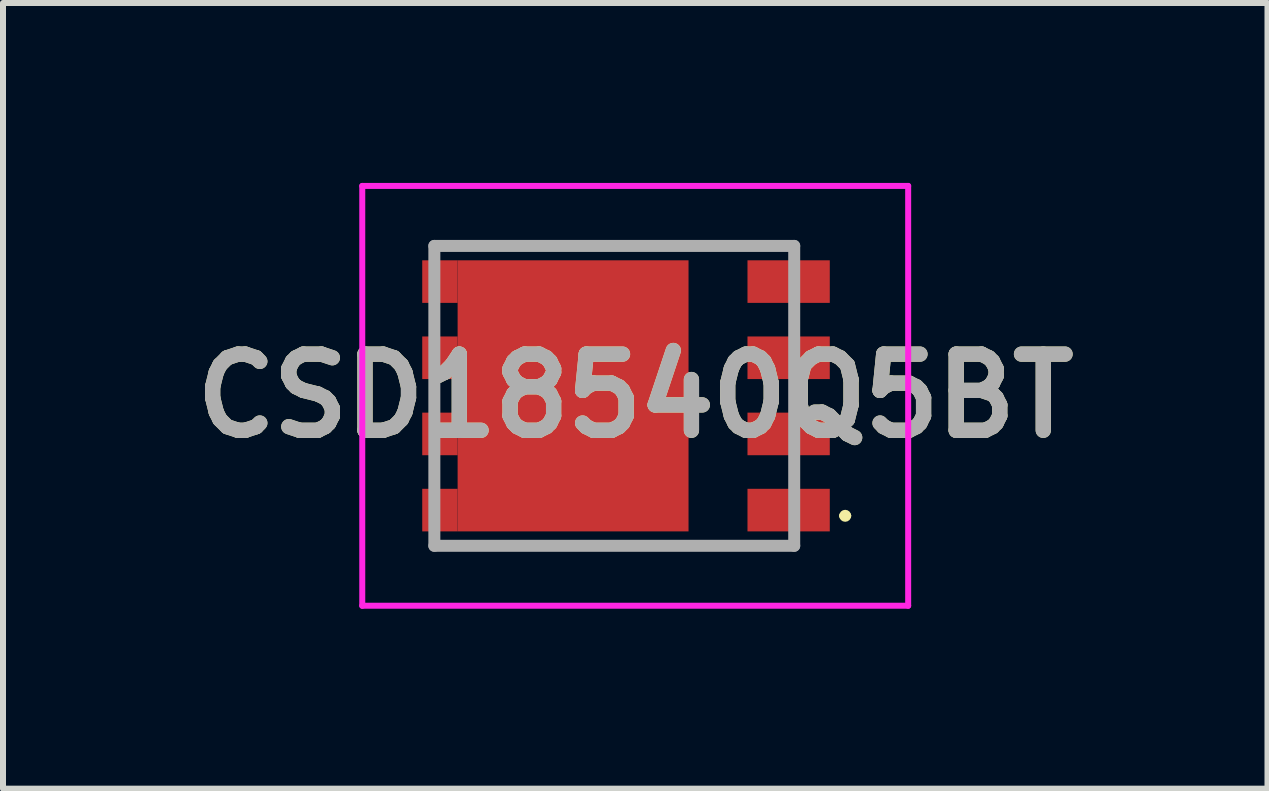
<source format=kicad_pcb>
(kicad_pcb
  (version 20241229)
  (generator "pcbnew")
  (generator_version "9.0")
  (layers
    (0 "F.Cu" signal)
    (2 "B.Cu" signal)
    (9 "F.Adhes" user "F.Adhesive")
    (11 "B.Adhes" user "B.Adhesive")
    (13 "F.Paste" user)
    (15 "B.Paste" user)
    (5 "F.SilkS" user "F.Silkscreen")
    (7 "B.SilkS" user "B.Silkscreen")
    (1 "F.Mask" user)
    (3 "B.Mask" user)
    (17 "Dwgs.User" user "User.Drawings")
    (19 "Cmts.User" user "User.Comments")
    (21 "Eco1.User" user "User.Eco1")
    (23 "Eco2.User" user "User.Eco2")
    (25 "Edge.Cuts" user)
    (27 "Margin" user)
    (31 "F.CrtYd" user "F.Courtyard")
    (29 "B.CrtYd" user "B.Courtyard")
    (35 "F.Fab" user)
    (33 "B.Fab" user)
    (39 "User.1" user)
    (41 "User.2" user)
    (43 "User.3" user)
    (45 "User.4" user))
  (footprint "CSD18540Q5BT"
    (layer "F.Cu")
    (at 7.192 3.55)
    (property "Reference" "CSD18540Q5BT" (at 0.349 0 0) (layer "F.SilkS") (effects (font (size 1.27 1.27) (thickness 0.254))))
    (attr smd)
    (fp_line (start 3.8 2) (end 3.8 2) (stroke (width 0.1) (type solid)) (layer "F.SilkS"))
    (fp_line (start 3.9 2) (end 3.9 2) (stroke (width 0.1) (type solid)) (layer "F.SilkS"))
    (fp_arc (start 3.8 2) (mid 3.85 1.95) (end 3.9 2) (stroke (width 0.1) (type solid)) (layer "F.SilkS"))
    (fp_arc (start 3.9 2) (mid 3.85 2.05) (end 3.8 2) (stroke (width 0.1) (type solid)) (layer "F.SilkS"))
    (fp_line (start -4.202 -3.5) (end -4.202 3.5) (stroke (width 0.1) (type solid)) (layer "F.CrtYd"))
    (fp_line (start -4.202 3.5) (end 4.9 3.5) (stroke (width 0.1) (type solid)) (layer "F.CrtYd"))
    (fp_line (start 4.9 -3.5) (end -4.202 -3.5) (stroke (width 0.1) (type solid)) (layer "F.CrtYd"))
    (fp_line (start 4.9 3.5) (end 4.9 -3.5) (stroke (width 0.1) (type solid)) (layer "F.CrtYd"))
    (fp_line (start -3 -2.5) (end -3 2.5) (stroke (width 0.2) (type solid)) (layer "F.Fab"))
    (fp_line (start -3 2.5) (end 3 2.5) (stroke (width 0.2) (type solid)) (layer "F.Fab"))
    (fp_line (start 3 -2.5) (end -3 -2.5) (stroke (width 0.2) (type solid)) (layer "F.Fab"))
    (fp_line (start 3 2.5) (end 3 -2.5) (stroke (width 0.2) (type solid)) (layer "F.Fab"))
    (fp_text user "${REFERENCE}" (at 0.349 0 0) (layer "F.Fab") (effects (font (size 1.27 1.27) (thickness 0.254))))
    (pad "1" smd rect (at 2.907 -1.905 90) (size 0.71 1.372) (layers "F.Cu" "F.Mask" "F.Paste"))
    (pad "2" smd rect (at -2.907 -1.905) (size 0.59 0.71) (layers "F.Cu" "F.Mask" "F.Paste"))
    (pad "2" smd rect (at -2.907 -0.635) (size 0.59 0.71) (layers "F.Cu" "F.Mask" "F.Paste"))
    (pad "2" smd rect (at -2.907 0.635) (size 0.59 0.71) (layers "F.Cu" "F.Mask" "F.Paste"))
    (pad "2" smd rect (at -2.907 1.905) (size 0.59 0.71) (layers "F.Cu" "F.Mask" "F.Paste"))
    (pad "2" smd rect (at -0.687 0) (size 3.85 4.52) (layers "F.Cu" "F.Mask" "F.Paste"))
    (pad "3" smd rect (at 2.907 -0.635 90) (size 0.71 1.372) (layers "F.Cu" "F.Mask" "F.Paste"))
    (pad "3" smd rect (at 2.907 0.635 90) (size 0.71 1.372) (layers "F.Cu" "F.Mask" "F.Paste"))
    (pad "3" smd rect (at 2.907 1.905 90) (size 0.71 1.372) (layers "F.Cu" "F.Mask" "F.Paste")))
  (gr_rect
    (start -3 -3)
    (end 18.083 10.1)
    (stroke (width 0.1) (type default))
    (fill no)
    (layer "Edge.Cuts")))
</source>
